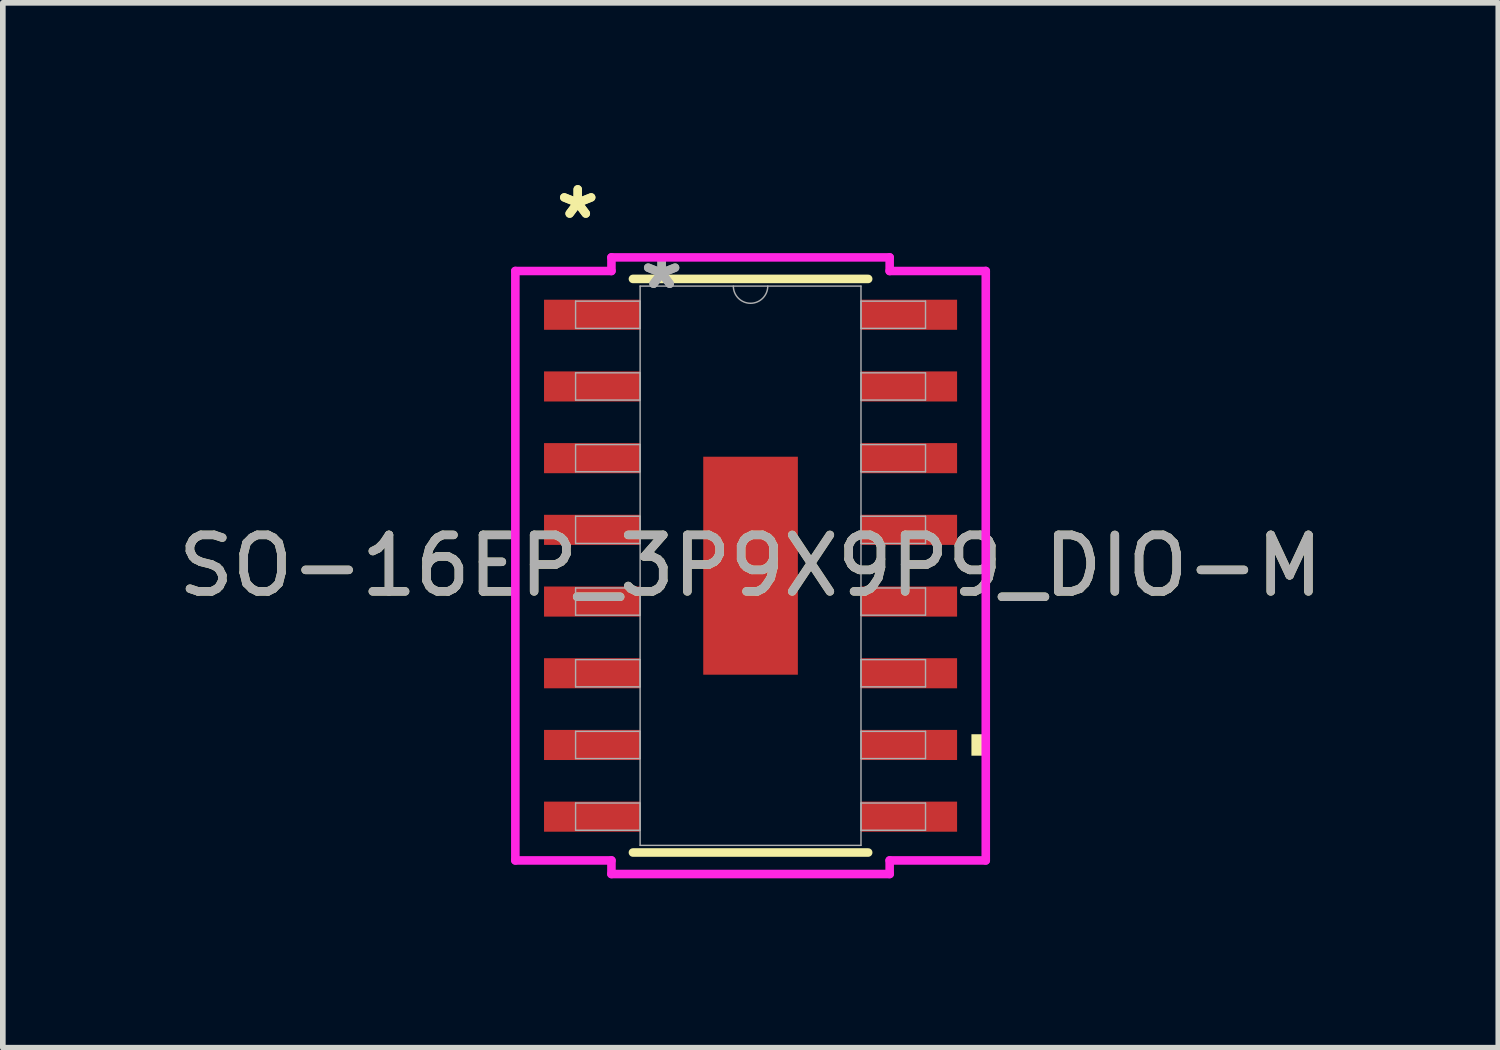
<source format=kicad_pcb>
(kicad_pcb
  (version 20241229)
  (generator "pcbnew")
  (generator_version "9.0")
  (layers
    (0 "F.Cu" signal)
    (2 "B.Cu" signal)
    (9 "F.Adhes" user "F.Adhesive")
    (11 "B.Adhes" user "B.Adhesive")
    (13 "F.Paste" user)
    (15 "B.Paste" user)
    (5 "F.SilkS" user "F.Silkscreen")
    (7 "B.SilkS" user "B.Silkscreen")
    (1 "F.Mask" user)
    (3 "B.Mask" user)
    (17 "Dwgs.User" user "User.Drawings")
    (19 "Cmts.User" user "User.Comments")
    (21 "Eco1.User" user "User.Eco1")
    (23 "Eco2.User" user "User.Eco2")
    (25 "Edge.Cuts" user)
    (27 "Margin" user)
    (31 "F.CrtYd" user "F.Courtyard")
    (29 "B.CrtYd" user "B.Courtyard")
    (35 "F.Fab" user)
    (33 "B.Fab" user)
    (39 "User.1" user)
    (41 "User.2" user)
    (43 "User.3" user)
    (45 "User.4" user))
  (footprint "SO-16EP_3P9X9P9_DIO-M"
    (layer "F.Cu")
    (at 10.244 6.97)
    (property "Reference" "SO-16EP_3P9X9P9_DIO-M" (at 0 0 0) (unlocked yes) (layer "F.SilkS") (effects (font (size 1 1) (thickness 0.15))))
    (attr smd)
    (fp_line (start -2.083 5.08) (end 2.083 5.08) (stroke (width 0.152) (type solid)) (layer "F.SilkS"))
    (fp_line (start 2.083 -5.08) (end -2.083 -5.08) (stroke (width 0.152) (type solid)) (layer "F.SilkS"))
    (fp_poly (pts (xy 4.166 2.985) (xy 4.166 3.365) (xy 3.912 3.365) (xy 3.912 2.985)) (stroke (width 0) (type solid)) (fill yes) (layer "F.SilkS"))
    (fp_poly (pts (xy -0.738 -1.83) (xy -0.738 -0.743) (xy 0.738 -0.743) (xy 0.738 -1.83)) (stroke (width 0) (type solid)) (fill yes) (layer "F.Paste"))
    (fp_poly (pts (xy -0.738 -0.543) (xy -0.738 0.543) (xy 0.738 0.543) (xy 0.738 -0.543)) (stroke (width 0) (type solid)) (fill yes) (layer "F.Paste"))
    (fp_poly (pts (xy -0.738 0.743) (xy -0.738 1.83) (xy 0.738 1.83) (xy 0.738 0.743)) (stroke (width 0) (type solid)) (fill yes) (layer "F.Paste"))
    (fp_line (start -4.166 -5.22) (end -2.464 -5.22) (stroke (width 0.152) (type solid)) (layer "F.CrtYd"))
    (fp_line (start -4.166 5.22) (end -4.166 -5.22) (stroke (width 0.152) (type solid)) (layer "F.CrtYd"))
    (fp_line (start -4.166 5.22) (end -2.464 5.22) (stroke (width 0.152) (type solid)) (layer "F.CrtYd"))
    (fp_line (start -2.464 -5.461) (end 2.464 -5.461) (stroke (width 0.152) (type solid)) (layer "F.CrtYd"))
    (fp_line (start -2.464 -5.22) (end -2.464 -5.461) (stroke (width 0.152) (type solid)) (layer "F.CrtYd"))
    (fp_line (start -2.464 5.461) (end -2.464 5.22) (stroke (width 0.152) (type solid)) (layer "F.CrtYd"))
    (fp_line (start 2.464 -5.461) (end 2.464 -5.22) (stroke (width 0.152) (type solid)) (layer "F.CrtYd"))
    (fp_line (start 2.464 5.22) (end 2.464 5.461) (stroke (width 0.152) (type solid)) (layer "F.CrtYd"))
    (fp_line (start 2.464 5.461) (end -2.464 5.461) (stroke (width 0.152) (type solid)) (layer "F.CrtYd"))
    (fp_line (start 4.166 -5.22) (end 2.464 -5.22) (stroke (width 0.152) (type solid)) (layer "F.CrtYd"))
    (fp_line (start 4.166 -5.22) (end 4.166 5.22) (stroke (width 0.152) (type solid)) (layer "F.CrtYd"))
    (fp_line (start 4.166 5.22) (end 2.464 5.22) (stroke (width 0.152) (type solid)) (layer "F.CrtYd"))
    (fp_line (start -3.099 -4.686) (end -3.099 -4.204) (stroke (width 0.025) (type solid)) (layer "F.Fab"))
    (fp_line (start -3.099 -4.204) (end -1.956 -4.204) (stroke (width 0.025) (type solid)) (layer "F.Fab"))
    (fp_line (start -3.099 -3.416) (end -3.099 -2.934) (stroke (width 0.025) (type solid)) (layer "F.Fab"))
    (fp_line (start -3.099 -2.934) (end -1.956 -2.934) (stroke (width 0.025) (type solid)) (layer "F.Fab"))
    (fp_line (start -3.099 -2.146) (end -3.099 -1.664) (stroke (width 0.025) (type solid)) (layer "F.Fab"))
    (fp_line (start -3.099 -1.664) (end -1.956 -1.664) (stroke (width 0.025) (type solid)) (layer "F.Fab"))
    (fp_line (start -3.099 -0.876) (end -3.099 -0.394) (stroke (width 0.025) (type solid)) (layer "F.Fab"))
    (fp_line (start -3.099 -0.394) (end -1.956 -0.394) (stroke (width 0.025) (type solid)) (layer "F.Fab"))
    (fp_line (start -3.099 0.394) (end -3.099 0.876) (stroke (width 0.025) (type solid)) (layer "F.Fab"))
    (fp_line (start -3.099 0.876) (end -1.956 0.876) (stroke (width 0.025) (type solid)) (layer "F.Fab"))
    (fp_line (start -3.099 1.664) (end -3.099 2.146) (stroke (width 0.025) (type solid)) (layer "F.Fab"))
    (fp_line (start -3.099 2.146) (end -1.956 2.146) (stroke (width 0.025) (type solid)) (layer "F.Fab"))
    (fp_line (start -3.099 2.934) (end -3.099 3.416) (stroke (width 0.025) (type solid)) (layer "F.Fab"))
    (fp_line (start -3.099 3.416) (end -1.956 3.416) (stroke (width 0.025) (type solid)) (layer "F.Fab"))
    (fp_line (start -3.099 4.204) (end -3.099 4.686) (stroke (width 0.025) (type solid)) (layer "F.Fab"))
    (fp_line (start -3.099 4.686) (end -1.956 4.686) (stroke (width 0.025) (type solid)) (layer "F.Fab"))
    (fp_line (start -1.956 -4.953) (end -1.956 4.953) (stroke (width 0.025) (type solid)) (layer "F.Fab"))
    (fp_line (start -1.956 -4.686) (end -3.099 -4.686) (stroke (width 0.025) (type solid)) (layer "F.Fab"))
    (fp_line (start -1.956 -4.204) (end -1.956 -4.686) (stroke (width 0.025) (type solid)) (layer "F.Fab"))
    (fp_line (start -1.956 -3.416) (end -3.099 -3.416) (stroke (width 0.025) (type solid)) (layer "F.Fab"))
    (fp_line (start -1.956 -2.934) (end -1.956 -3.416) (stroke (width 0.025) (type solid)) (layer "F.Fab"))
    (fp_line (start -1.956 -2.146) (end -3.099 -2.146) (stroke (width 0.025) (type solid)) (layer "F.Fab"))
    (fp_line (start -1.956 -1.664) (end -1.956 -2.146) (stroke (width 0.025) (type solid)) (layer "F.Fab"))
    (fp_line (start -1.956 -0.876) (end -3.099 -0.876) (stroke (width 0.025) (type solid)) (layer "F.Fab"))
    (fp_line (start -1.956 -0.394) (end -1.956 -0.876) (stroke (width 0.025) (type solid)) (layer "F.Fab"))
    (fp_line (start -1.956 0.394) (end -3.099 0.394) (stroke (width 0.025) (type solid)) (layer "F.Fab"))
    (fp_line (start -1.956 0.876) (end -1.956 0.394) (stroke (width 0.025) (type solid)) (layer "F.Fab"))
    (fp_line (start -1.956 1.664) (end -3.099 1.664) (stroke (width 0.025) (type solid)) (layer "F.Fab"))
    (fp_line (start -1.956 2.146) (end -1.956 1.664) (stroke (width 0.025) (type solid)) (layer "F.Fab"))
    (fp_line (start -1.956 2.934) (end -3.099 2.934) (stroke (width 0.025) (type solid)) (layer "F.Fab"))
    (fp_line (start -1.956 3.416) (end -1.956 2.934) (stroke (width 0.025) (type solid)) (layer "F.Fab"))
    (fp_line (start -1.956 4.204) (end -3.099 4.204) (stroke (width 0.025) (type solid)) (layer "F.Fab"))
    (fp_line (start -1.956 4.686) (end -1.956 4.204) (stroke (width 0.025) (type solid)) (layer "F.Fab"))
    (fp_line (start -1.956 4.953) (end 1.956 4.953) (stroke (width 0.025) (type solid)) (layer "F.Fab"))
    (fp_line (start 1.956 -4.953) (end -1.956 -4.953) (stroke (width 0.025) (type solid)) (layer "F.Fab"))
    (fp_line (start 1.956 -4.686) (end 1.956 -4.204) (stroke (width 0.025) (type solid)) (layer "F.Fab"))
    (fp_line (start 1.956 -4.204) (end 3.099 -4.204) (stroke (width 0.025) (type solid)) (layer "F.Fab"))
    (fp_line (start 1.956 -3.416) (end 1.956 -2.934) (stroke (width 0.025) (type solid)) (layer "F.Fab"))
    (fp_line (start 1.956 -2.934) (end 3.099 -2.934) (stroke (width 0.025) (type solid)) (layer "F.Fab"))
    (fp_line (start 1.956 -2.146) (end 1.956 -1.664) (stroke (width 0.025) (type solid)) (layer "F.Fab"))
    (fp_line (start 1.956 -1.664) (end 3.099 -1.664) (stroke (width 0.025) (type solid)) (layer "F.Fab"))
    (fp_line (start 1.956 -0.876) (end 1.956 -0.394) (stroke (width 0.025) (type solid)) (layer "F.Fab"))
    (fp_line (start 1.956 -0.394) (end 3.099 -0.394) (stroke (width 0.025) (type solid)) (layer "F.Fab"))
    (fp_line (start 1.956 0.394) (end 1.956 0.876) (stroke (width 0.025) (type solid)) (layer "F.Fab"))
    (fp_line (start 1.956 0.876) (end 3.099 0.876) (stroke (width 0.025) (type solid)) (layer "F.Fab"))
    (fp_line (start 1.956 1.664) (end 1.956 2.146) (stroke (width 0.025) (type solid)) (layer "F.Fab"))
    (fp_line (start 1.956 2.146) (end 3.099 2.146) (stroke (width 0.025) (type solid)) (layer "F.Fab"))
    (fp_line (start 1.956 2.934) (end 1.956 3.416) (stroke (width 0.025) (type solid)) (layer "F.Fab"))
    (fp_line (start 1.956 3.416) (end 3.099 3.416) (stroke (width 0.025) (type solid)) (layer "F.Fab"))
    (fp_line (start 1.956 4.204) (end 1.956 4.686) (stroke (width 0.025) (type solid)) (layer "F.Fab"))
    (fp_line (start 1.956 4.686) (end 3.099 4.686) (stroke (width 0.025) (type solid)) (layer "F.Fab"))
    (fp_line (start 1.956 4.953) (end 1.956 -4.953) (stroke (width 0.025) (type solid)) (layer "F.Fab"))
    (fp_line (start 3.099 -4.686) (end 1.956 -4.686) (stroke (width 0.025) (type solid)) (layer "F.Fab"))
    (fp_line (start 3.099 -4.204) (end 3.099 -4.686) (stroke (width 0.025) (type solid)) (layer "F.Fab"))
    (fp_line (start 3.099 -3.416) (end 1.956 -3.416) (stroke (width 0.025) (type solid)) (layer "F.Fab"))
    (fp_line (start 3.099 -2.934) (end 3.099 -3.416) (stroke (width 0.025) (type solid)) (layer "F.Fab"))
    (fp_line (start 3.099 -2.146) (end 1.956 -2.146) (stroke (width 0.025) (type solid)) (layer "F.Fab"))
    (fp_line (start 3.099 -1.664) (end 3.099 -2.146) (stroke (width 0.025) (type solid)) (layer "F.Fab"))
    (fp_line (start 3.099 -0.876) (end 1.956 -0.876) (stroke (width 0.025) (type solid)) (layer "F.Fab"))
    (fp_line (start 3.099 -0.394) (end 3.099 -0.876) (stroke (width 0.025) (type solid)) (layer "F.Fab"))
    (fp_line (start 3.099 0.394) (end 1.956 0.394) (stroke (width 0.025) (type solid)) (layer "F.Fab"))
    (fp_line (start 3.099 0.876) (end 3.099 0.394) (stroke (width 0.025) (type solid)) (layer "F.Fab"))
    (fp_line (start 3.099 1.664) (end 1.956 1.664) (stroke (width 0.025) (type solid)) (layer "F.Fab"))
    (fp_line (start 3.099 2.146) (end 3.099 1.664) (stroke (width 0.025) (type solid)) (layer "F.Fab"))
    (fp_line (start 3.099 2.934) (end 1.956 2.934) (stroke (width 0.025) (type solid)) (layer "F.Fab"))
    (fp_line (start 3.099 3.416) (end 3.099 2.934) (stroke (width 0.025) (type solid)) (layer "F.Fab"))
    (fp_line (start 3.099 4.204) (end 1.956 4.204) (stroke (width 0.025) (type solid)) (layer "F.Fab"))
    (fp_line (start 3.099 4.686) (end 3.099 4.204) (stroke (width 0.025) (type solid)) (layer "F.Fab"))
    (fp_arc (start 0.3048 -4.953) (mid 0 -4.6482) (end -0.3048 -4.953) (stroke (width 0.0254) (type solid)) (layer "F.Fab"))
    (fp_text user "*" (at -3.061 -6.121 0) (layer "F.SilkS") (effects (font (size 1 1) (thickness 0.15))))
    (fp_text user "*" (at -3.061 -6.121 0) (unlocked yes) (layer "F.SilkS") (effects (font (size 1 1) (thickness 0.15))))
    (fp_text user "*" (at -1.575 -4.877 0) (unlocked yes) (layer "F.Fab") (effects (font (size 1 1) (thickness 0.15))))
    (fp_text user "*" (at -1.575 -4.877 0) (layer "F.Fab") (effects (font (size 1 1) (thickness 0.15))))
    (fp_text user "${REFERENCE}" (at 0 0 0) (unlocked yes) (layer "F.Fab") (effects (font (size 1 1) (thickness 0.15))))
    (pad "1" smd rect (at -2.807 -4.445) (size 1.702 0.533) (layers "F.Cu" "F.Mask" "F.Paste"))
    (pad "2" smd rect (at -2.807 -3.175) (size 1.702 0.533) (layers "F.Cu" "F.Mask" "F.Paste"))
    (pad "3" smd rect (at -2.807 -1.905) (size 1.702 0.533) (layers "F.Cu" "F.Mask" "F.Paste"))
    (pad "4" smd rect (at -2.807 -0.635) (size 1.702 0.533) (layers "F.Cu" "F.Mask" "F.Paste"))
    (pad "5" smd rect (at -2.807 0.635) (size 1.702 0.533) (layers "F.Cu" "F.Mask" "F.Paste"))
    (pad "6" smd rect (at -2.807 1.905) (size 1.702 0.533) (layers "F.Cu" "F.Mask" "F.Paste"))
    (pad "7" smd rect (at -2.807 3.175) (size 1.702 0.533) (layers "F.Cu" "F.Mask" "F.Paste"))
    (pad "8" smd rect (at -2.807 4.445) (size 1.702 0.533) (layers "F.Cu" "F.Mask" "F.Paste"))
    (pad "9" smd rect (at 2.807 4.445) (size 1.702 0.533) (layers "F.Cu" "F.Mask" "F.Paste"))
    (pad "10" smd rect (at 2.807 3.175) (size 1.702 0.533) (layers "F.Cu" "F.Mask" "F.Paste"))
    (pad "11" smd rect (at 2.807 1.905) (size 1.702 0.533) (layers "F.Cu" "F.Mask" "F.Paste"))
    (pad "12" smd rect (at 2.807 0.635) (size 1.702 0.533) (layers "F.Cu" "F.Mask" "F.Paste"))
    (pad "13" smd rect (at 2.807 -0.635) (size 1.702 0.533) (layers "F.Cu" "F.Mask" "F.Paste"))
    (pad "14" smd rect (at 2.807 -1.905) (size 1.702 0.533) (layers "F.Cu" "F.Mask" "F.Paste"))
    (pad "15" smd rect (at 2.807 -3.175) (size 1.702 0.533) (layers "F.Cu" "F.Mask" "F.Paste"))
    (pad "16" smd rect (at 2.807 -4.445) (size 1.702 0.533) (layers "F.Cu" "F.Mask" "F.Paste"))
    (pad "EPAD" smd rect (at 0 0) (size 1.676 3.861) (layers "F.Cu" "F.Mask")))
  (gr_rect
    (start -3 -3)
    (end 23.488 15.507)
    (stroke (width 0.1) (type default))
    (fill no)
    (layer "Edge.Cuts")))
</source>
